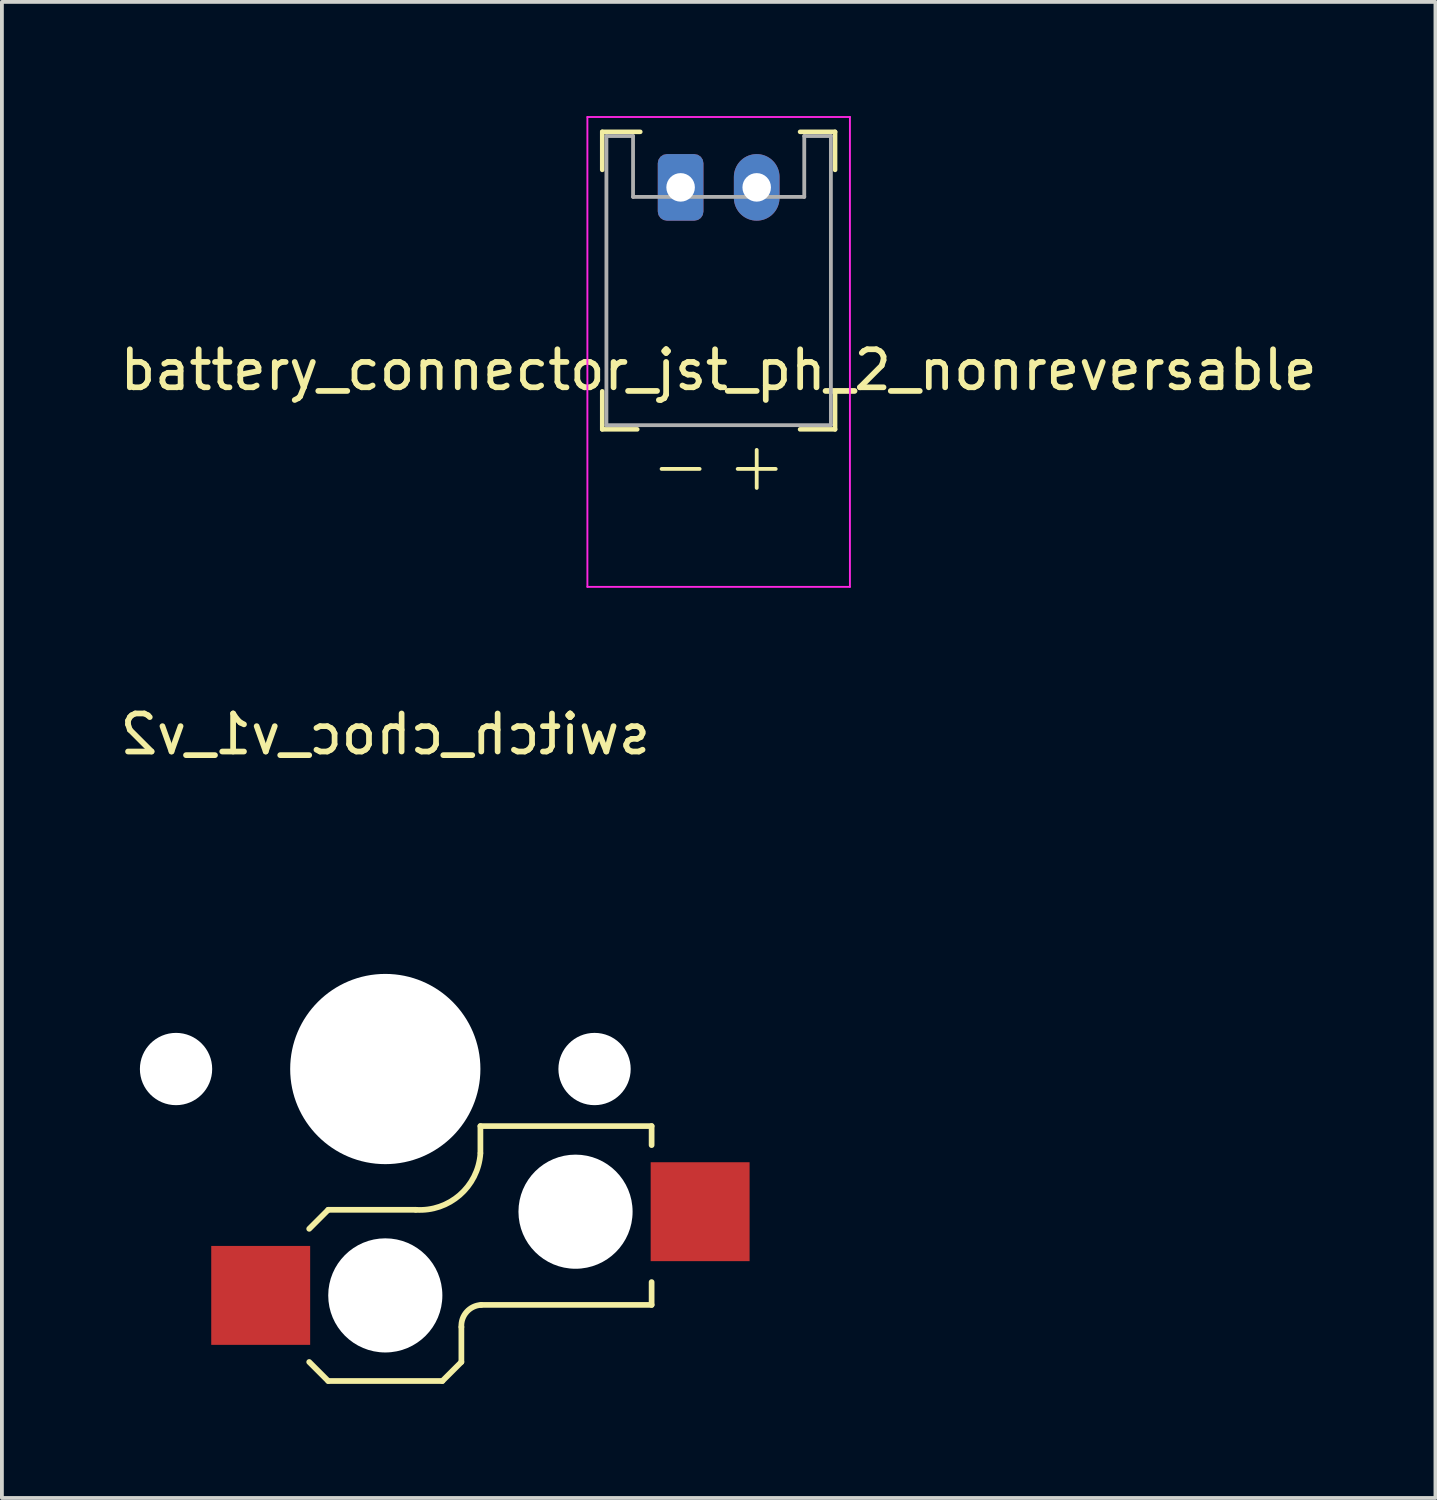
<source format=kicad_pcb>
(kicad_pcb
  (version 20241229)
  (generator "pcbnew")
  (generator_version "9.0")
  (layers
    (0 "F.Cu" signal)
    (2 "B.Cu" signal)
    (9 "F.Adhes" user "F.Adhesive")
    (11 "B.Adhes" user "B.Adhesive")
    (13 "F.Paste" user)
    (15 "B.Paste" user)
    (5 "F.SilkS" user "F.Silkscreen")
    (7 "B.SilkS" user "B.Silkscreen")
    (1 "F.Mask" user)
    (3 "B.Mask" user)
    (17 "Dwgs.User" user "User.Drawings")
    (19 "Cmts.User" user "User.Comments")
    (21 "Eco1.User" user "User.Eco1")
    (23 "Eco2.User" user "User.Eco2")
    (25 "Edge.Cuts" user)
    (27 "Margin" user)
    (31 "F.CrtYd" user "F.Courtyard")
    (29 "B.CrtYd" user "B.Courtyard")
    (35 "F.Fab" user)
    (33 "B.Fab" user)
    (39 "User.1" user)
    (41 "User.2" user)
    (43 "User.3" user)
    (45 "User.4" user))
  (footprint "battery_connector_jst_ph_2_nonreversable"
    (layer "F.Cu")
    (at 15.839 1.875)
    (property "Reference" "battery_connector_jst_ph_2_nonreversable" (at 0 4.8 0) (layer "F.SilkS") (effects (font (size 1 1) (thickness 0.15))))
    (fp_line (start -3.06 -1.46) (end -3.06 -0.46) (stroke (width 0.12) (type solid)) (layer "F.SilkS"))
    (fp_line (start -3.06 6.36) (end -3.06 5.36) (stroke (width 0.12) (type solid)) (layer "F.SilkS"))
    (fp_line (start -2.14 6.36) (end -3.06 6.36) (stroke (width 0.12) (type solid)) (layer "F.SilkS"))
    (fp_line (start -2.06 -1.46) (end -3.06 -1.46) (stroke (width 0.12) (type solid)) (layer "F.SilkS"))
    (fp_line (start -1.5 7.4) (end -0.5 7.4) (stroke (width 0.1) (type solid)) (layer "F.SilkS"))
    (fp_line (start 1 6.9) (end 1 7.9) (stroke (width 0.1) (type solid)) (layer "F.SilkS"))
    (fp_line (start 1.5 7.4) (end 0.5 7.4) (stroke (width 0.1) (type solid)) (layer "F.SilkS"))
    (fp_line (start 2.14 -1.46) (end 3.06 -1.46) (stroke (width 0.12) (type solid)) (layer "F.SilkS"))
    (fp_line (start 2.14 6.36) (end 3.06 6.36) (stroke (width 0.12) (type solid)) (layer "F.SilkS"))
    (fp_line (start 3.06 -1.46) (end 3.06 -0.46) (stroke (width 0.12) (type solid)) (layer "F.SilkS"))
    (fp_line (start 3.06 6.36) (end 3.06 5.36) (stroke (width 0.12) (type solid)) (layer "F.SilkS"))
    (fp_line (start -3.45 -1.85) (end -3.45 10.5) (stroke (width 0.05) (type solid)) (layer "F.CrtYd"))
    (fp_line (start -3.45 10.5) (end 3.45 10.5) (stroke (width 0.05) (type solid)) (layer "F.CrtYd"))
    (fp_line (start 3.45 -1.85) (end -3.45 -1.85) (stroke (width 0.05) (type solid)) (layer "F.CrtYd"))
    (fp_line (start 3.45 10.5) (end 3.45 -1.85) (stroke (width 0.05) (type solid)) (layer "F.CrtYd"))
    (fp_line (start -2.95 -1.35) (end -2.95 6.25) (stroke (width 0.1) (type solid)) (layer "F.Fab"))
    (fp_line (start -2.95 6.25) (end 2.95 6.25) (stroke (width 0.1) (type solid)) (layer "F.Fab"))
    (fp_line (start -2.25 -1.35) (end -2.95 -1.35) (stroke (width 0.1) (type solid)) (layer "F.Fab"))
    (fp_line (start -2.25 0.25) (end -2.25 -1.35) (stroke (width 0.1) (type solid)) (layer "F.Fab"))
    (fp_line (start 2.25 -1.35) (end 2.25 0.25) (stroke (width 0.1) (type solid)) (layer "F.Fab"))
    (fp_line (start 2.25 0.25) (end -2.25 0.25) (stroke (width 0.1) (type solid)) (layer "F.Fab"))
    (fp_line (start 2.95 -1.35) (end 2.25 -1.35) (stroke (width 0.1) (type solid)) (layer "F.Fab"))
    (fp_line (start 2.95 6.25) (end 2.95 -1.35) (stroke (width 0.1) (type solid)) (layer "F.Fab"))
    (pad "1" thru_hole roundrect (at -1 0) (size 1.2 1.75) (drill 0.75) (layers "*.Cu" "*.Mask") (roundrect_rratio 0.2))
    (pad "2" thru_hole oval (at 1 0) (size 1.2 1.75) (drill 0.75) (layers "*.Cu" "*.Mask")))
  (footprint "switch_choc_v1_v2"
    (layer "F.Cu")
    (at 7.077 25.048)
    (property "Reference" "switch_choc_v1_v2" (at 0 -8.8 180) (layer "F.SilkS") (effects (font (size 1 1) (thickness 0.15)) (justify mirror)))
    (attr exclude_from_pos_files exclude_from_bom allow_soldermask_bridges)
    (fp_line (start -1.5 3.7) (end -2 4.2) (stroke (width 0.15) (type solid)) (layer "F.SilkS"))
    (fp_line (start -1.5 8.2) (end -2 7.7) (stroke (width 0.15) (type solid)) (layer "F.SilkS"))
    (fp_line (start 0.8 3.7) (end -1.5 3.7) (stroke (width 0.15) (type solid)) (layer "F.SilkS"))
    (fp_line (start 1.5 8.2) (end -1.5 8.2) (stroke (width 0.15) (type solid)) (layer "F.SilkS"))
    (fp_line (start 2 7.7) (end 1.5 8.2) (stroke (width 0.15) (type solid)) (layer "F.SilkS"))
    (fp_line (start 2 7.7) (end 2 6.78) (stroke (width 0.15) (type solid)) (layer "F.SilkS"))
    (fp_line (start 2.5 1.5) (end 2.5 2.2) (stroke (width 0.15) (type solid)) (layer "F.SilkS"))
    (fp_line (start 2.52 6.2) (end 7 6.2) (stroke (width 0.15) (type solid)) (layer "F.SilkS"))
    (fp_line (start 7 1.5) (end 2.5 1.5) (stroke (width 0.15) (type solid)) (layer "F.SilkS"))
    (fp_line (start 7 2) (end 7 1.5) (stroke (width 0.15) (type solid)) (layer "F.SilkS"))
    (fp_line (start 7 6.2) (end 7 5.6) (stroke (width 0.15) (type solid)) (layer "F.SilkS"))
    (fp_arc (start 2 6.78) (mid 2.139878 6.382304) (end 2.52 6.2) (stroke (width 0.15) (type solid)) (layer "F.SilkS"))
    (fp_arc (start 2.5 2.22) (mid 1.956518 3.312082) (end 0.8 3.7) (stroke (width 0.15) (type solid)) (layer "F.SilkS"))
    (pad "" np_thru_hole circle (at -5.5 0) (size 1.9 1.9) (drill 1.9) (layers "*.Cu" "*.Mask"))
    (pad "" np_thru_hole circle (at 0 0) (size 5 5) (drill 5) (layers "*.Cu" "*.Mask"))
    (pad "" np_thru_hole circle (at 0 5.95) (size 3 3) (drill 3) (layers "*.Cu" "*.Mask"))
    (pad "" np_thru_hole circle (at 5 3.75 165) (size 3 3) (drill 3) (layers "*.Cu" "*.Mask"))
    (pad "" np_thru_hole circle (at 5.5 0) (size 1.9 1.9) (drill 1.9) (layers "*.Cu" "*.Mask"))
    (pad "1" smd rect (at -3.275 5.95) (size 2.6 2.6) (layers "F.Cu" "F.Mask" "F.Paste"))
    (pad "2" smd rect (at 8.275 3.75) (size 2.6 2.6) (layers "F.Cu" "F.Mask" "F.Paste")))
  (gr_rect
    (start -3 -3)
    (end 34.679 36.323)
    (stroke (width 0.1) (type default))
    (fill no)
    (layer "Edge.Cuts")))
</source>
